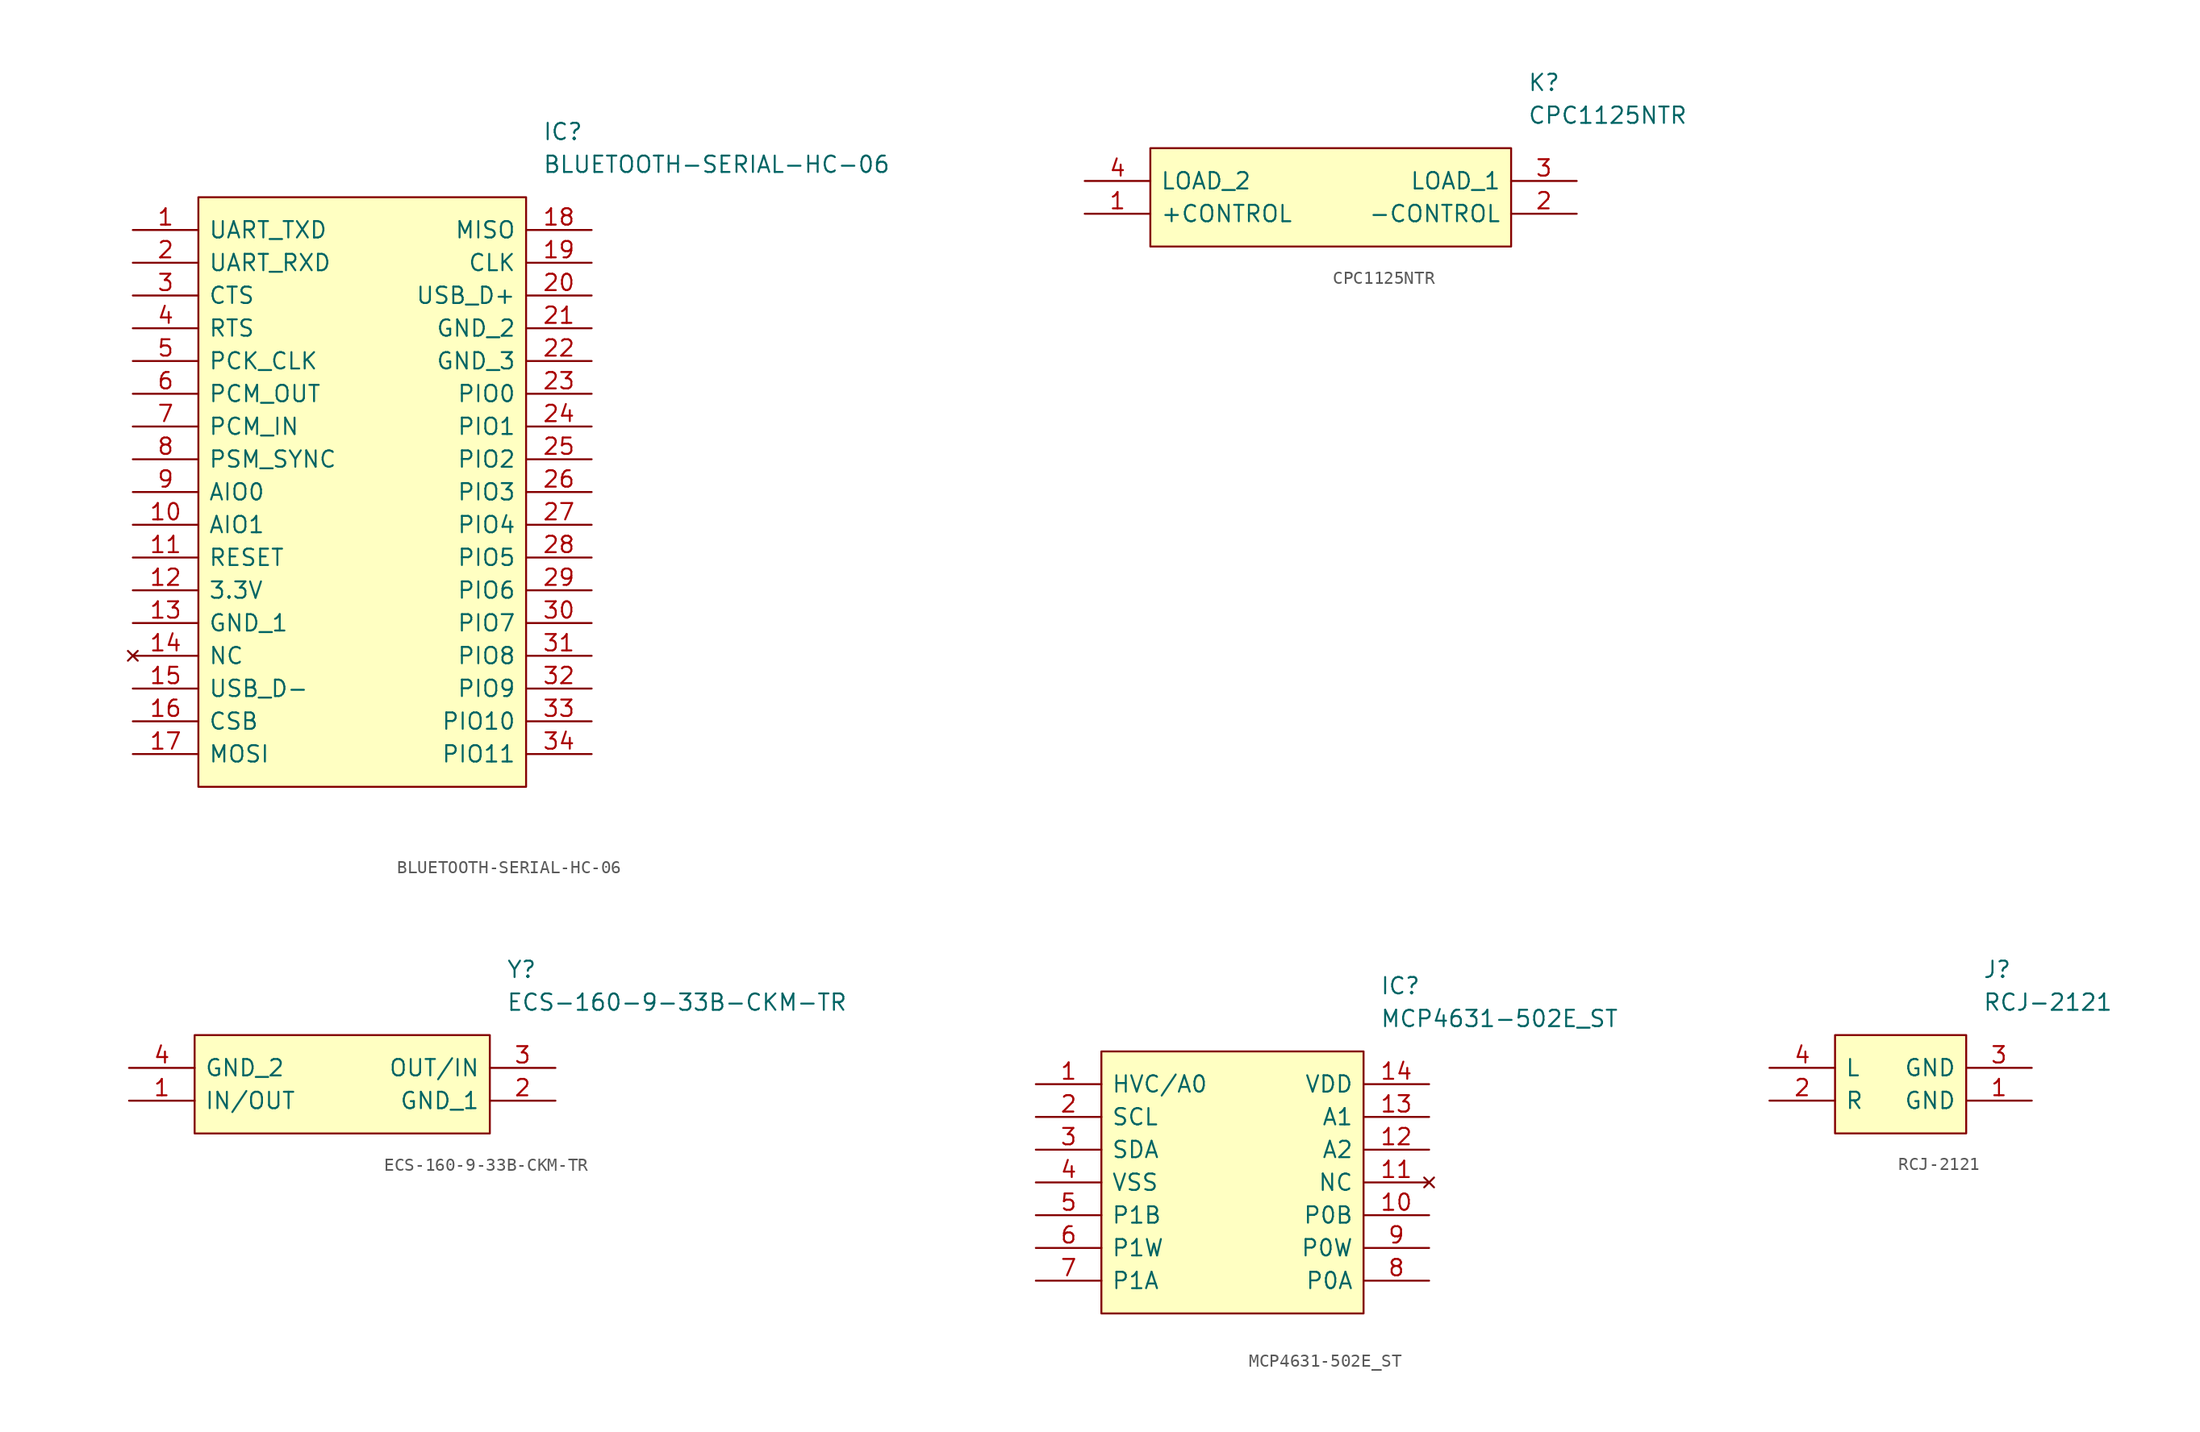
<source format=kicad_sym>
(kicad_symbol_lib
  (version 20211014)
  (generator kicad_symbol_editor)
  (symbol "BLUETOOTH-SERIAL-HC-06"
    (pin_names
      (offset 0.762))
    (property "Reference" "IC"
      (at 31.75 7.62 0)
      (effects (font (size 1.27 1.27)) (justify left)))
    (property "Value" "BLUETOOTH-SERIAL-HC-06"
      (at 31.75 5.08 0)
      (effects (font (size 1.27 1.27)) (justify left)))
    (symbol "BLUETOOTH-SERIAL-HC-06_0_0"
      (pin passive line (at 0 0 0) (length 5.08) (name "UART_TXD" (effects (font (size 1.27 1.27)))) (number "1" (effects (font (size 1.27 1.27)))))
      (pin passive line (at 0 -22.86 0) (length 5.08) (name "AIO1" (effects (font (size 1.27 1.27)))) (number "10" (effects (font (size 1.27 1.27)))))
      (pin passive line (at 0 -25.4 0) (length 5.08) (name "RESET" (effects (font (size 1.27 1.27)))) (number "11" (effects (font (size 1.27 1.27)))))
      (pin passive line (at 0 -27.94 0) (length 5.08) (name "3.3V" (effects (font (size 1.27 1.27)))) (number "12" (effects (font (size 1.27 1.27)))))
      (pin passive line (at 0 -30.48 0) (length 5.08) (name "GND_1" (effects (font (size 1.27 1.27)))) (number "13" (effects (font (size 1.27 1.27)))))
      (pin no_connect line (at 0 -33.02 0) (length 5.08) (name "NC" (effects (font (size 1.27 1.27)))) (number "14" (effects (font (size 1.27 1.27)))))
      (pin passive line (at 0 -35.56 0) (length 5.08) (name "USB_D-" (effects (font (size 1.27 1.27)))) (number "15" (effects (font (size 1.27 1.27)))))
      (pin passive line (at 0 -38.1 0) (length 5.08) (name "CSB" (effects (font (size 1.27 1.27)))) (number "16" (effects (font (size 1.27 1.27)))))
      (pin passive line (at 0 -40.64 0) (length 5.08) (name "MOSI" (effects (font (size 1.27 1.27)))) (number "17" (effects (font (size 1.27 1.27)))))
      (pin passive line (at 35.56 0 180) (length 5.08) (name "MISO" (effects (font (size 1.27 1.27)))) (number "18" (effects (font (size 1.27 1.27)))))
      (pin passive line (at 35.56 -2.54 180) (length 5.08) (name "CLK" (effects (font (size 1.27 1.27)))) (number "19" (effects (font (size 1.27 1.27)))))
      (pin passive line (at 0 -2.54 0) (length 5.08) (name "UART_RXD" (effects (font (size 1.27 1.27)))) (number "2" (effects (font (size 1.27 1.27)))))
      (pin passive line (at 35.56 -5.08 180) (length 5.08) (name "USB_D+" (effects (font (size 1.27 1.27)))) (number "20" (effects (font (size 1.27 1.27)))))
      (pin passive line (at 35.56 -7.62 180) (length 5.08) (name "GND_2" (effects (font (size 1.27 1.27)))) (number "21" (effects (font (size 1.27 1.27)))))
      (pin passive line (at 35.56 -10.16 180) (length 5.08) (name "GND_3" (effects (font (size 1.27 1.27)))) (number "22" (effects (font (size 1.27 1.27)))))
      (pin passive line (at 35.56 -12.7 180) (length 5.08) (name "PIO0" (effects (font (size 1.27 1.27)))) (number "23" (effects (font (size 1.27 1.27)))))
      (pin passive line (at 35.56 -15.24 180) (length 5.08) (name "PIO1" (effects (font (size 1.27 1.27)))) (number "24" (effects (font (size 1.27 1.27)))))
      (pin passive line (at 35.56 -17.78 180) (length 5.08) (name "PIO2" (effects (font (size 1.27 1.27)))) (number "25" (effects (font (size 1.27 1.27)))))
      (pin passive line (at 35.56 -20.32 180) (length 5.08) (name "PIO3" (effects (font (size 1.27 1.27)))) (number "26" (effects (font (size 1.27 1.27)))))
      (pin passive line (at 35.56 -22.86 180) (length 5.08) (name "PIO4" (effects (font (size 1.27 1.27)))) (number "27" (effects (font (size 1.27 1.27)))))
      (pin passive line (at 35.56 -25.4 180) (length 5.08) (name "PIO5" (effects (font (size 1.27 1.27)))) (number "28" (effects (font (size 1.27 1.27)))))
      (pin passive line (at 35.56 -27.94 180) (length 5.08) (name "PIO6" (effects (font (size 1.27 1.27)))) (number "29" (effects (font (size 1.27 1.27)))))
      (pin passive line (at 0 -5.08 0) (length 5.08) (name "CTS" (effects (font (size 1.27 1.27)))) (number "3" (effects (font (size 1.27 1.27)))))
      (pin passive line (at 35.56 -30.48 180) (length 5.08) (name "PIO7" (effects (font (size 1.27 1.27)))) (number "30" (effects (font (size 1.27 1.27)))))
      (pin passive line (at 35.56 -33.02 180) (length 5.08) (name "PIO8" (effects (font (size 1.27 1.27)))) (number "31" (effects (font (size 1.27 1.27)))))
      (pin passive line (at 35.56 -35.56 180) (length 5.08) (name "PIO9" (effects (font (size 1.27 1.27)))) (number "32" (effects (font (size 1.27 1.27)))))
      (pin passive line (at 35.56 -38.1 180) (length 5.08) (name "PIO10" (effects (font (size 1.27 1.27)))) (number "33" (effects (font (size 1.27 1.27)))))
      (pin passive line (at 35.56 -40.64 180) (length 5.08) (name "PIO11" (effects (font (size 1.27 1.27)))) (number "34" (effects (font (size 1.27 1.27)))))
      (pin passive line (at 0 -7.62 0) (length 5.08) (name "RTS" (effects (font (size 1.27 1.27)))) (number "4" (effects (font (size 1.27 1.27)))))
      (pin passive line (at 0 -10.16 0) (length 5.08) (name "PCK_CLK" (effects (font (size 1.27 1.27)))) (number "5" (effects (font (size 1.27 1.27)))))
      (pin passive line (at 0 -12.7 0) (length 5.08) (name "PCM_OUT" (effects (font (size 1.27 1.27)))) (number "6" (effects (font (size 1.27 1.27)))))
      (pin passive line (at 0 -15.24 0) (length 5.08) (name "PCM_IN" (effects (font (size 1.27 1.27)))) (number "7" (effects (font (size 1.27 1.27)))))
      (pin passive line (at 0 -17.78 0) (length 5.08) (name "PSM_SYNC" (effects (font (size 1.27 1.27)))) (number "8" (effects (font (size 1.27 1.27)))))
      (pin passive line (at 0 -20.32 0) (length 5.08) (name "AIO0" (effects (font (size 1.27 1.27)))) (number "9" (effects (font (size 1.27 1.27))))))
    (symbol "BLUETOOTH-SERIAL-HC-06_0_1"
      (polyline (pts (xy 5.08 2.54) (xy 30.48 2.54) (xy 30.48 -43.18) (xy 5.08 -43.18) (xy 5.08 2.54)) (stroke (width 0.152) (type default) (color 0 0 0 0)) (fill (type background)))))
  (symbol "CPC1125NTR"
    (pin_names
      (offset 0.762))
    (property "Reference" "K"
      (at 34.29 7.62 0)
      (effects (font (size 1.27 1.27)) (justify left)))
    (property "Value" "CPC1125NTR"
      (at 34.29 5.08 0)
      (effects (font (size 1.27 1.27)) (justify left)))
    (symbol "CPC1125NTR_0_0"
      (pin passive line (at 0 -2.54 0) (length 5.08) (name "+CONTROL" (effects (font (size 1.27 1.27)))) (number "1" (effects (font (size 1.27 1.27)))))
      (pin passive line (at 38.1 -2.54 180) (length 5.08) (name "-CONTROL" (effects (font (size 1.27 1.27)))) (number "2" (effects (font (size 1.27 1.27)))))
      (pin passive line (at 38.1 0 180) (length 5.08) (name "LOAD_1" (effects (font (size 1.27 1.27)))) (number "3" (effects (font (size 1.27 1.27)))))
      (pin passive line (at 0 0 0) (length 5.08) (name "LOAD_2" (effects (font (size 1.27 1.27)))) (number "4" (effects (font (size 1.27 1.27))))))
    (symbol "CPC1125NTR_0_1"
      (polyline (pts (xy 5.08 2.54) (xy 33.02 2.54) (xy 33.02 -5.08) (xy 5.08 -5.08) (xy 5.08 2.54)) (stroke (width 0.152) (type default) (color 0 0 0 0)) (fill (type background)))))
  (symbol "ECS-160-9-33B-CKM-TR"
    (pin_names
      (offset 0.762))
    (property "Reference" "Y"
      (at 29.21 7.62 0)
      (effects (font (size 1.27 1.27)) (justify left)))
    (property "Value" "ECS-160-9-33B-CKM-TR"
      (at 29.21 5.08 0)
      (effects (font (size 1.27 1.27)) (justify left)))
    (symbol "ECS-160-9-33B-CKM-TR_0_0"
      (pin passive line (at 0 -2.54 0) (length 5.08) (name "IN/OUT" (effects (font (size 1.27 1.27)))) (number "1" (effects (font (size 1.27 1.27)))))
      (pin passive line (at 33.02 -2.54 180) (length 5.08) (name "GND_1" (effects (font (size 1.27 1.27)))) (number "2" (effects (font (size 1.27 1.27)))))
      (pin passive line (at 33.02 0 180) (length 5.08) (name "OUT/IN" (effects (font (size 1.27 1.27)))) (number "3" (effects (font (size 1.27 1.27)))))
      (pin passive line (at 0 0 0) (length 5.08) (name "GND_2" (effects (font (size 1.27 1.27)))) (number "4" (effects (font (size 1.27 1.27))))))
    (symbol "ECS-160-9-33B-CKM-TR_0_1"
      (polyline (pts (xy 5.08 2.54) (xy 27.94 2.54) (xy 27.94 -5.08) (xy 5.08 -5.08) (xy 5.08 2.54)) (stroke (width 0.152) (type default) (color 0 0 0 0)) (fill (type background)))))
  (symbol "MCP4631-502E_ST"
    (pin_names
      (offset 0.762))
    (property "Reference" "IC"
      (at 26.67 7.62 0)
      (effects (font (size 1.27 1.27)) (justify left)))
    (property "Value" "MCP4631-502E_ST"
      (at 26.67 5.08 0)
      (effects (font (size 1.27 1.27)) (justify left)))
    (symbol "MCP4631-502E_ST_0_0"
      (pin input line (at 0 0 0) (length 5.08) (name "HVC/A0" (effects (font (size 1.27 1.27)))) (number "1" (effects (font (size 1.27 1.27)))))
      (pin passive line (at 30.48 -10.16 180) (length 5.08) (name "P0B" (effects (font (size 1.27 1.27)))) (number "10" (effects (font (size 1.27 1.27)))))
      (pin no_connect line (at 30.48 -7.62 180) (length 5.08) (name "NC" (effects (font (size 1.27 1.27)))) (number "11" (effects (font (size 1.27 1.27)))))
      (pin input line (at 30.48 -5.08 180) (length 5.08) (name "A2" (effects (font (size 1.27 1.27)))) (number "12" (effects (font (size 1.27 1.27)))))
      (pin input line (at 30.48 -2.54 180) (length 5.08) (name "A1" (effects (font (size 1.27 1.27)))) (number "13" (effects (font (size 1.27 1.27)))))
      (pin power_in line (at 30.48 0 180) (length 5.08) (name "VDD" (effects (font (size 1.27 1.27)))) (number "14" (effects (font (size 1.27 1.27)))))
      (pin input line (at 0 -2.54 0) (length 5.08) (name "SCL" (effects (font (size 1.27 1.27)))) (number "2" (effects (font (size 1.27 1.27)))))
      (pin bidirectional line (at 0 -5.08 0) (length 5.08) (name "SDA" (effects (font (size 1.27 1.27)))) (number "3" (effects (font (size 1.27 1.27)))))
      (pin power_in line (at 0 -7.62 0) (length 5.08) (name "VSS" (effects (font (size 1.27 1.27)))) (number "4" (effects (font (size 1.27 1.27)))))
      (pin passive line (at 0 -10.16 0) (length 5.08) (name "P1B" (effects (font (size 1.27 1.27)))) (number "5" (effects (font (size 1.27 1.27)))))
      (pin passive line (at 0 -12.7 0) (length 5.08) (name "P1W" (effects (font (size 1.27 1.27)))) (number "6" (effects (font (size 1.27 1.27)))))
      (pin passive line (at 0 -15.24 0) (length 5.08) (name "P1A" (effects (font (size 1.27 1.27)))) (number "7" (effects (font (size 1.27 1.27)))))
      (pin passive line (at 30.48 -15.24 180) (length 5.08) (name "P0A" (effects (font (size 1.27 1.27)))) (number "8" (effects (font (size 1.27 1.27)))))
      (pin passive line (at 30.48 -12.7 180) (length 5.08) (name "P0W" (effects (font (size 1.27 1.27)))) (number "9" (effects (font (size 1.27 1.27))))))
    (symbol "MCP4631-502E_ST_0_1"
      (polyline (pts (xy 5.08 2.54) (xy 25.4 2.54) (xy 25.4 -17.78) (xy 5.08 -17.78) (xy 5.08 2.54)) (stroke (width 0.152) (type default) (color 0 0 0 0)) (fill (type background)))))
  (symbol "RCJ-2121"
    (pin_names
      (offset 0.762))
    (property "Reference" "J"
      (at 16.51 7.62 0)
      (effects (font (size 1.27 1.27)) (justify left)))
    (property "Value" "RCJ-2121"
      (at 16.51 5.08 0)
      (effects (font (size 1.27 1.27)) (justify left)))
    (symbol "RCJ-2121_0_0"
      (pin passive line (at 20.32 -2.54 180) (length 5.08) (name "GND" (effects (font (size 1.27 1.27)))) (number "1" (effects (font (size 1.27 1.27)))))
      (pin passive line (at 0 -2.54 0) (length 5.08) (name "R" (effects (font (size 1.27 1.27)))) (number "2" (effects (font (size 1.27 1.27)))))
      (pin passive line (at 20.32 0 180) (length 5.08) (name "GND" (effects (font (size 1.27 1.27)))) (number "3" (effects (font (size 1.27 1.27)))))
      (pin passive line (at 0 0 0) (length 5.08) (name "L" (effects (font (size 1.27 1.27)))) (number "4" (effects (font (size 1.27 1.27))))))
    (symbol "RCJ-2121_0_1"
      (polyline (pts (xy 5.08 2.54) (xy 15.24 2.54) (xy 15.24 -5.08) (xy 5.08 -5.08) (xy 5.08 2.54)) (stroke (width 0.152) (type default) (color 0 0 0 0)) (fill (type background))))))
</source>
